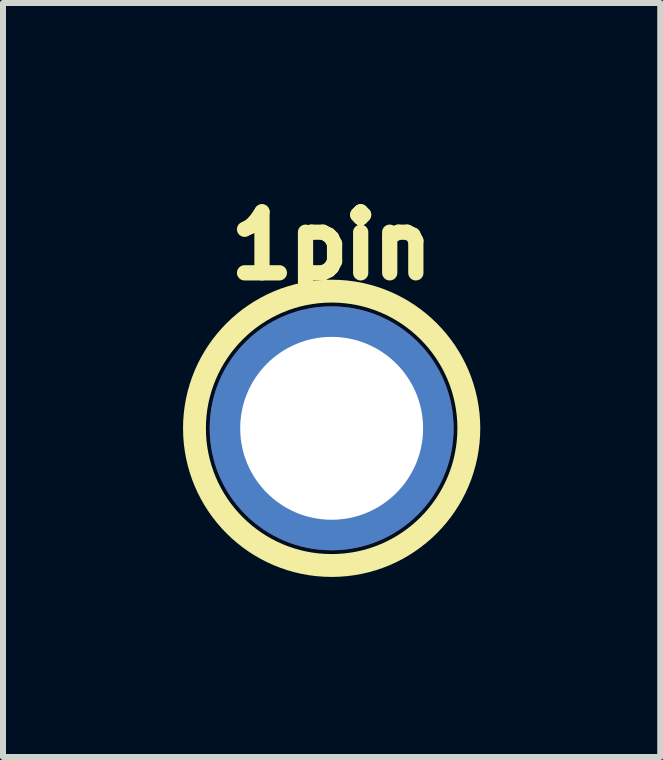
<source format=kicad_pcb>
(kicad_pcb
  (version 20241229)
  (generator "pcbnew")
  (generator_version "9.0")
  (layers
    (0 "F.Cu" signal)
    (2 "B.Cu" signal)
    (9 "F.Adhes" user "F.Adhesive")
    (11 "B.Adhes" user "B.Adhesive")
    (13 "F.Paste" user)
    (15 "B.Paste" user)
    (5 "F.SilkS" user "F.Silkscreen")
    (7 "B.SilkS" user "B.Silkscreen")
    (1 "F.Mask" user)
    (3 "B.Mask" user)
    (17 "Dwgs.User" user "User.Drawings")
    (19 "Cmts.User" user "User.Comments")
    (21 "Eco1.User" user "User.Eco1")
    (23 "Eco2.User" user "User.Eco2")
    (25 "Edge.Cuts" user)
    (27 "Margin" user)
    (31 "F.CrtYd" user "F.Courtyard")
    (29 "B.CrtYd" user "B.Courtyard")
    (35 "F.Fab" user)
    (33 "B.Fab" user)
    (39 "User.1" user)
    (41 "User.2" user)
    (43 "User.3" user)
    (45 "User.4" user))
  (footprint "1pin"
    (layer "F.Cu")
    (at 2.477 4.088)
    (property "Reference" "1pin" (at 0 -3.048 0) (layer "F.SilkS") (effects (font (size 1.016 1.016) (thickness 0.254))))
    (attr through_hole)
    (fp_circle (center 0 0) (end 0 -2.286) (stroke (width 0.381) (type solid)) (fill no) (layer "F.SilkS"))
    (pad "1" thru_hole circle (at 0 0) (size 4.064 4.064) (drill 3.048) (layers "*.Cu" "*.Mask")))
  (gr_rect
    (start -3 -3)
    (end 7.953 9.565)
    (stroke (width 0.1) (type default))
    (fill no)
    (layer "Edge.Cuts")))
</source>
